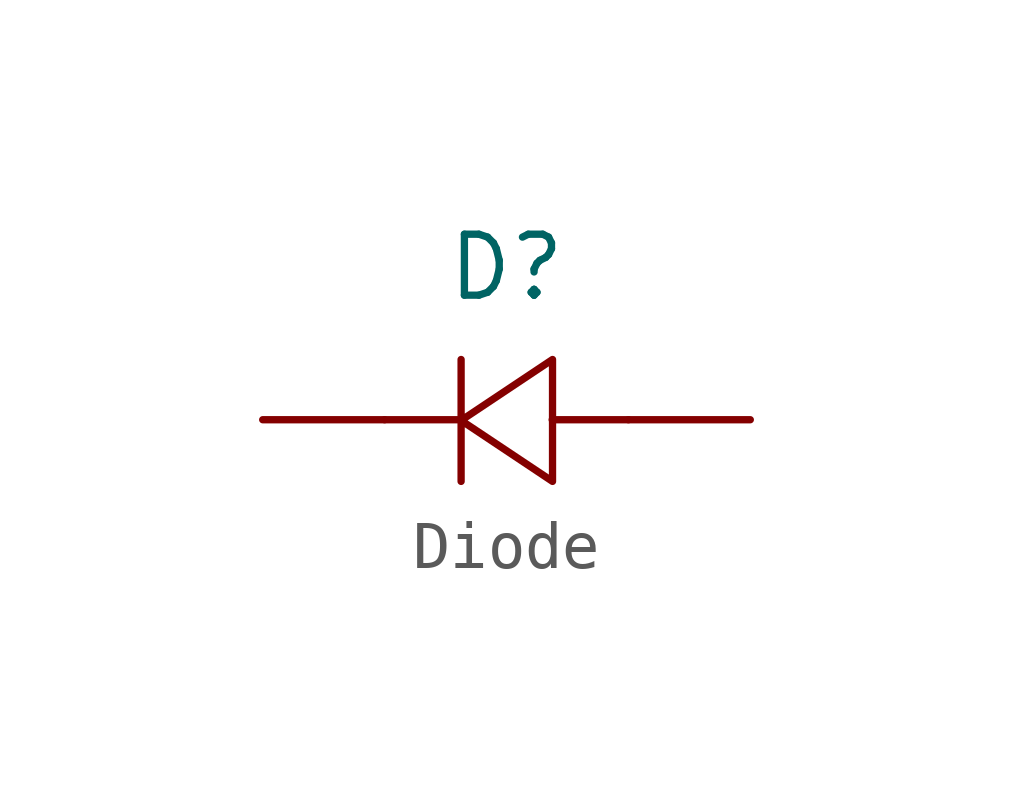
<source format=kicad_sym>
(kicad_symbol_lib
  (version 20220914)
  (generator kicad_symbol_editor)
  (symbol "Diode"
    (pin_numbers hide)
    (property "Reference" "D"
      (at 5.08 3.175 0)
      (effects (font (size 1.27 1.27))))
    (property "Value" ""
      (at 0 0 0)
      (effects (font (size 1.27 1.27))))
    (symbol "Diode_0_1"
      (polyline (pts (xy 2.54 0) (xy 4.128 0)) (stroke (width 0) (type default)) (fill (type none)))
      (polyline (pts (xy 6.032 0) (xy 7.62 0)) (stroke (width 0) (type default)) (fill (type none)))
      (polyline (pts (xy 6.039 -1.285) (xy 6.039 1.255) (xy 4.134 -0.015) (xy 6.039 -1.285) (xy 4.134 -0.015) (xy 4.134 -1.285) (xy 4.134 1.255) (xy 4.134 -0.015)) (stroke (width 0) (type default)) (fill (type none))))
    (symbol "Diode_1_1"
      (pin passive line (at 0 0 0) (length 2.54) (name "" (effects (font (size 1.27 1.27)))) (number "1" (effects (font (size 1.27 1.27)))))
      (pin passive line (at 10.16 0 180) (length 2.54) (name "" (effects (font (size 1.27 1.27)))) (number "2" (effects (font (size 1.27 1.27))))))))
</source>
